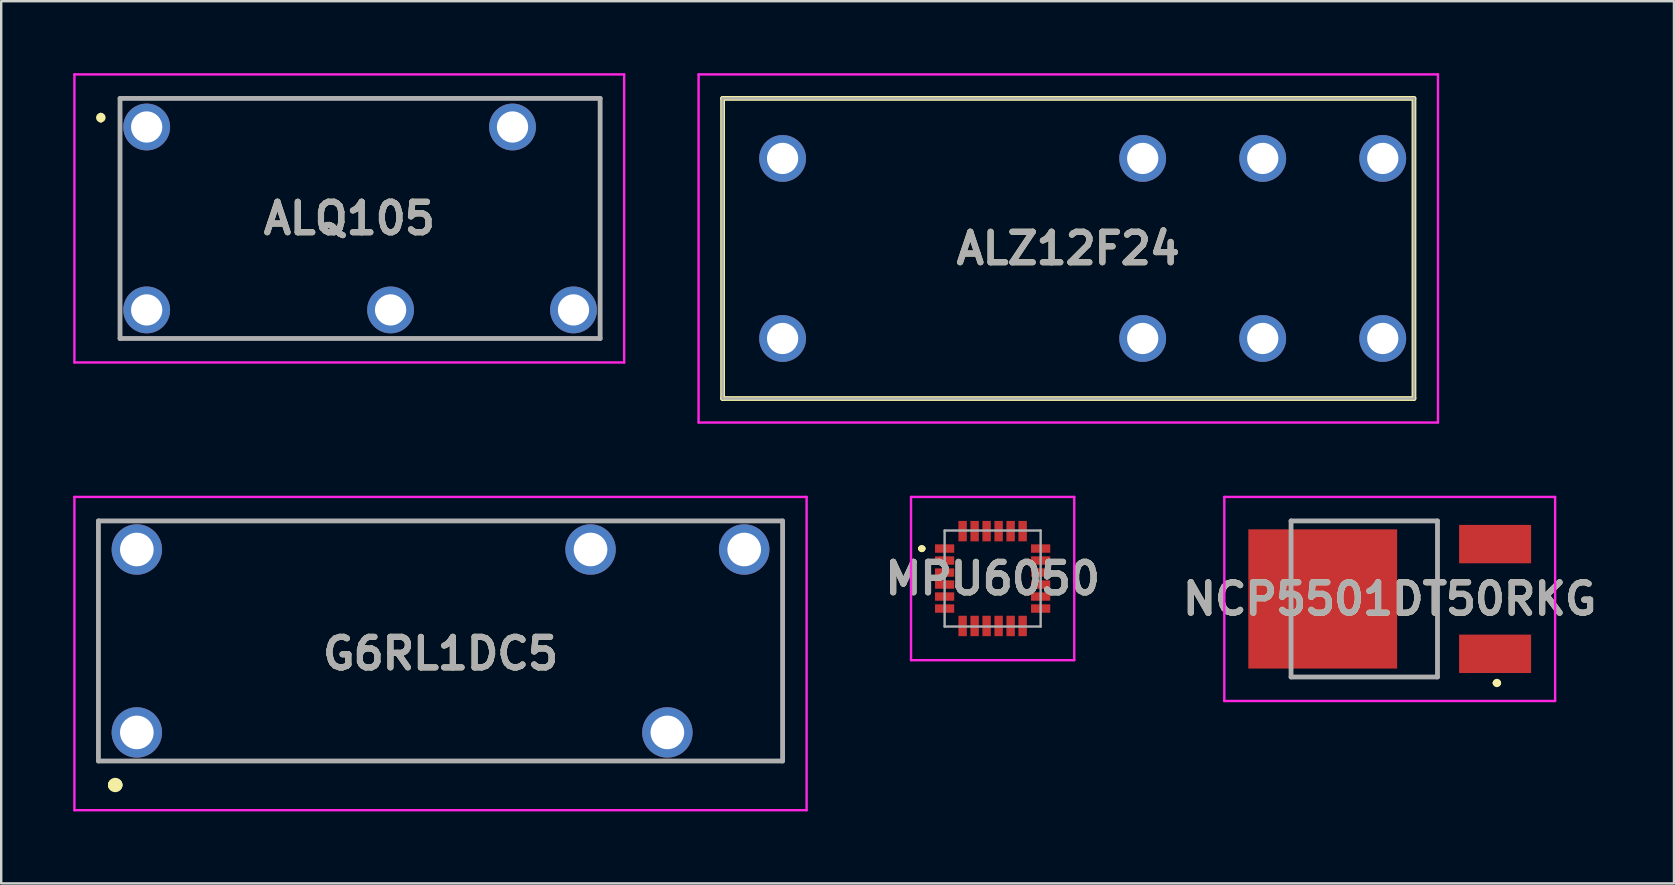
<source format=kicad_pcb>
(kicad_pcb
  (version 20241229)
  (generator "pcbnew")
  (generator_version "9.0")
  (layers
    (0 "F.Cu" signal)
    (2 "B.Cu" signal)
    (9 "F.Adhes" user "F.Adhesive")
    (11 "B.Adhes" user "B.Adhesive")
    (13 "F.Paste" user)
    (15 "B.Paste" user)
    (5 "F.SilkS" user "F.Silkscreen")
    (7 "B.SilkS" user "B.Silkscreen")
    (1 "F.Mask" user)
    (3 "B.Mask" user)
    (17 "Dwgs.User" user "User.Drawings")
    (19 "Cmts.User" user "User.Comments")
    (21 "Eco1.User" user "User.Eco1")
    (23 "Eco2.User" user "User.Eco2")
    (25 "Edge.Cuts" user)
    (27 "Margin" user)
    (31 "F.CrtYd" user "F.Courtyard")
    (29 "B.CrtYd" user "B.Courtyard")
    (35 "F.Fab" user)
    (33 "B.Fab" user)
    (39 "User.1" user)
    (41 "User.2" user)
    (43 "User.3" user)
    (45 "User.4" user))
  (footprint "NCP5501DT50RKG"
    (layer "F.Cu")
    (at 54.98 21.9)
    (property "Reference" "NCP5501DT50RKG" (at -0.14 0 0) (layer "F.SilkS") (effects (font (size 1.27 1.27) (thickness 0.254))))
    (attr smd)
    (fp_line (start -4.25 -3.25) (end 1.85 -3.25) (stroke (width 0.1) (type solid)) (layer "F.SilkS"))
    (fp_line (start 1.85 -3.25) (end 1.85 3.25) (stroke (width 0.1) (type solid)) (layer "F.SilkS"))
    (fp_line (start 1.85 3.25) (end -4.25 3.25) (stroke (width 0.1) (type solid)) (layer "F.SilkS"))
    (fp_line (start 4.25 3.5) (end 4.25 3.5) (stroke (width 0.2) (type solid)) (layer "F.SilkS"))
    (fp_line (start 4.4 3.5) (end 4.4 3.5) (stroke (width 0.2) (type solid)) (layer "F.SilkS"))
    (fp_arc (start 4.25 3.5) (mid 4.325 3.425) (end 4.4 3.5) (stroke (width 0.2) (type solid)) (layer "F.SilkS"))
    (fp_arc (start 4.4 3.5) (mid 4.325 3.575) (end 4.25 3.5) (stroke (width 0.2) (type solid)) (layer "F.SilkS"))
    (fp_line (start -7.03 -4.25) (end 6.75 -4.25) (stroke (width 0.1) (type solid)) (layer "F.CrtYd"))
    (fp_line (start -7.03 4.25) (end -7.03 -4.25) (stroke (width 0.1) (type solid)) (layer "F.CrtYd"))
    (fp_line (start 6.75 -4.25) (end 6.75 4.25) (stroke (width 0.1) (type solid)) (layer "F.CrtYd"))
    (fp_line (start 6.75 4.25) (end -7.03 4.25) (stroke (width 0.1) (type solid)) (layer "F.CrtYd"))
    (fp_line (start -4.25 -3.25) (end 1.85 -3.25) (stroke (width 0.2) (type solid)) (layer "F.Fab"))
    (fp_line (start -4.25 3.25) (end -4.25 -3.25) (stroke (width 0.2) (type solid)) (layer "F.Fab"))
    (fp_line (start 1.85 -3.25) (end 1.85 3.25) (stroke (width 0.2) (type solid)) (layer "F.Fab"))
    (fp_line (start 1.85 3.25) (end -4.25 3.25) (stroke (width 0.2) (type solid)) (layer "F.Fab"))
    (fp_text user "${REFERENCE}" (at -0.14 0 0) (layer "F.Fab") (effects (font (size 1.27 1.27) (thickness 0.254))))
    (pad "1" smd rect (at 4.25 2.285 90) (size 1.6 3) (layers "F.Cu" "F.Mask" "F.Paste"))
    (pad "2" smd rect (at -2.93 0 90) (size 5.8 6.2) (layers "F.Cu" "F.Mask" "F.Paste"))
    (pad "3" smd rect (at 4.25 -2.285 90) (size 1.6 3) (layers "F.Cu" "F.Mask" "F.Paste")))
  (footprint "MPU6050"
    (layer "F.Cu")
    (at 38.299 21.05)
    (property "Reference" "MPU6050" (at 0 0 0) (layer "F.SilkS") (effects (font (size 1.27 1.27) (thickness 0.254))))
    (attr smd)
    (fp_line (start -3 -1.25) (end -3 -1.25) (stroke (width 0.2) (type solid)) (layer "F.SilkS"))
    (fp_line (start -3 -1.25) (end -3 -1.25) (stroke (width 0.2) (type solid)) (layer "F.SilkS"))
    (fp_line (start -2.9 -1.25) (end -2.9 -1.25) (stroke (width 0.2) (type solid)) (layer "F.SilkS"))
    (fp_arc (start -3 -1.25) (mid -2.95 -1.3) (end -2.9 -1.25) (stroke (width 0.2) (type solid)) (layer "F.SilkS"))
    (fp_arc (start -2.9 -1.25) (mid -2.95 -1.2) (end -3 -1.25) (stroke (width 0.2) (type solid)) (layer "F.SilkS"))
    (fp_arc (start -2.9 -1.25) (mid -2.95 -1.2) (end -3 -1.25) (stroke (width 0.2) (type solid)) (layer "F.SilkS"))
    (fp_line (start -3.4 -3.4) (end 3.4 -3.4) (stroke (width 0.1) (type solid)) (layer "F.CrtYd"))
    (fp_line (start -3.4 3.4) (end -3.4 -3.4) (stroke (width 0.1) (type solid)) (layer "F.CrtYd"))
    (fp_line (start 3.4 -3.4) (end 3.4 3.4) (stroke (width 0.1) (type solid)) (layer "F.CrtYd"))
    (fp_line (start 3.4 3.4) (end -3.4 3.4) (stroke (width 0.1) (type solid)) (layer "F.CrtYd"))
    (fp_line (start -2 -2) (end 2 -2) (stroke (width 0.1) (type solid)) (layer "F.Fab"))
    (fp_line (start -2 2) (end -2 -2) (stroke (width 0.1) (type solid)) (layer "F.Fab"))
    (fp_line (start 2 -2) (end 2 2) (stroke (width 0.1) (type solid)) (layer "F.Fab"))
    (fp_line (start 2 2) (end -2 2) (stroke (width 0.1) (type solid)) (layer "F.Fab"))
    (fp_text user "${REFERENCE}" (at 0 0 0) (layer "F.Fab") (effects (font (size 1.27 1.27) (thickness 0.254))))
    (pad "1" smd rect (at -2 -1.25 90) (size 0.35 0.8) (layers "F.Cu" "F.Mask" "F.Paste"))
    (pad "2" smd rect (at -2 -0.75 90) (size 0.35 0.8) (layers "F.Cu" "F.Mask" "F.Paste"))
    (pad "3" smd rect (at -2 -0.25 90) (size 0.35 0.8) (layers "F.Cu" "F.Mask" "F.Paste"))
    (pad "4" smd rect (at -2 0.25 90) (size 0.35 0.8) (layers "F.Cu" "F.Mask" "F.Paste"))
    (pad "5" smd rect (at -2 0.75 90) (size 0.35 0.8) (layers "F.Cu" "F.Mask" "F.Paste"))
    (pad "6" smd rect (at -2 1.25 90) (size 0.35 0.8) (layers "F.Cu" "F.Mask" "F.Paste"))
    (pad "7" smd rect (at -1.25 1.975) (size 0.35 0.85) (layers "F.Cu" "F.Mask" "F.Paste"))
    (pad "8" smd rect (at -0.75 1.975) (size 0.35 0.85) (layers "F.Cu" "F.Mask" "F.Paste"))
    (pad "9" smd rect (at -0.25 1.975) (size 0.35 0.85) (layers "F.Cu" "F.Mask" "F.Paste"))
    (pad "10" smd rect (at 0.25 1.975) (size 0.35 0.85) (layers "F.Cu" "F.Mask" "F.Paste"))
    (pad "11" smd rect (at 0.75 1.975) (size 0.35 0.85) (layers "F.Cu" "F.Mask" "F.Paste"))
    (pad "12" smd rect (at 1.25 1.975) (size 0.35 0.85) (layers "F.Cu" "F.Mask" "F.Paste"))
    (pad "13" smd rect (at 2 1.25 90) (size 0.35 0.8) (layers "F.Cu" "F.Mask" "F.Paste"))
    (pad "14" smd rect (at 2 0.75 90) (size 0.35 0.8) (layers "F.Cu" "F.Mask" "F.Paste"))
    (pad "15" smd rect (at 2 0.25 90) (size 0.35 0.8) (layers "F.Cu" "F.Mask" "F.Paste"))
    (pad "16" smd rect (at 2 -0.25 90) (size 0.35 0.8) (layers "F.Cu" "F.Mask" "F.Paste"))
    (pad "17" smd rect (at 2 -0.75 90) (size 0.35 0.8) (layers "F.Cu" "F.Mask" "F.Paste"))
    (pad "18" smd rect (at 2 -1.25 90) (size 0.35 0.8) (layers "F.Cu" "F.Mask" "F.Paste"))
    (pad "19" smd rect (at 1.25 -1.975) (size 0.35 0.85) (layers "F.Cu" "F.Mask" "F.Paste"))
    (pad "20" smd rect (at 0.75 -1.975) (size 0.35 0.85) (layers "F.Cu" "F.Mask" "F.Paste"))
    (pad "21" smd rect (at 0.25 -1.975) (size 0.35 0.85) (layers "F.Cu" "F.Mask" "F.Paste"))
    (pad "22" smd rect (at -0.25 -1.975) (size 0.35 0.85) (layers "F.Cu" "F.Mask" "F.Paste"))
    (pad "23" smd rect (at -0.75 -1.975) (size 0.35 0.85) (layers "F.Cu" "F.Mask" "F.Paste"))
    (pad "24" smd rect (at -1.25 -1.975) (size 0.35 0.85) (layers "F.Cu" "F.Mask" "F.Paste")))
  (footprint "ALZ12F24"
    (layer "F.Cu")
    (at 29.55 11.05)
    (property "Reference" "ALZ12F24" (at 11.9 -3.75 0) (layer "F.SilkS") (effects (font (size 1.27 1.27) (thickness 0.254))))
    (attr through_hole)
    (fp_line (start -2.5 -10) (end 26.3 -10) (stroke (width 0.2) (type solid)) (layer "F.SilkS"))
    (fp_line (start -2.5 2.5) (end -2.5 -10) (stroke (width 0.2) (type solid)) (layer "F.SilkS"))
    (fp_line (start 26.3 -10) (end 26.3 2.5) (stroke (width 0.2) (type solid)) (layer "F.SilkS"))
    (fp_line (start 26.3 2.5) (end -2.5 2.5) (stroke (width 0.2) (type solid)) (layer "F.SilkS"))
    (fp_line (start -3.5 -11) (end 27.3 -11) (stroke (width 0.1) (type solid)) (layer "F.CrtYd"))
    (fp_line (start -3.5 3.5) (end -3.5 -11) (stroke (width 0.1) (type solid)) (layer "F.CrtYd"))
    (fp_line (start 27.3 -11) (end 27.3 3.5) (stroke (width 0.1) (type solid)) (layer "F.CrtYd"))
    (fp_line (start 27.3 3.5) (end -3.5 3.5) (stroke (width 0.1) (type solid)) (layer "F.CrtYd"))
    (fp_line (start -2.5 -10) (end 26.3 -10) (stroke (width 0.1) (type solid)) (layer "F.Fab"))
    (fp_line (start -2.5 2.5) (end -2.5 -10) (stroke (width 0.1) (type solid)) (layer "F.Fab"))
    (fp_line (start 26.3 -10) (end 26.3 2.5) (stroke (width 0.1) (type solid)) (layer "F.Fab"))
    (fp_line (start 26.3 2.5) (end -2.5 2.5) (stroke (width 0.1) (type solid)) (layer "F.Fab"))
    (fp_text user "${REFERENCE}" (at 11.9 -3.75 0) (layer "F.Fab") (effects (font (size 1.27 1.27) (thickness 0.254))))
    (pad "1" thru_hole circle (at 0 0) (size 1.95 1.95) (drill 1.3) (layers "*.Cu" "*.Mask"))
    (pad "2" thru_hole circle (at 15 0) (size 1.95 1.95) (drill 1.3) (layers "*.Cu" "*.Mask"))
    (pad "3" thru_hole circle (at 20 0) (size 1.95 1.95) (drill 1.3) (layers "*.Cu" "*.Mask"))
    (pad "4" thru_hole circle (at 25 0) (size 1.95 1.95) (drill 1.3) (layers "*.Cu" "*.Mask"))
    (pad "5" thru_hole circle (at 25 -7.5) (size 1.95 1.95) (drill 1.3) (layers "*.Cu" "*.Mask"))
    (pad "6" thru_hole circle (at 20 -7.5) (size 1.95 1.95) (drill 1.3) (layers "*.Cu" "*.Mask"))
    (pad "7" thru_hole circle (at 15 -7.5) (size 1.95 1.95) (drill 1.3) (layers "*.Cu" "*.Mask"))
    (pad "8" thru_hole circle (at 0 -7.5) (size 1.95 1.95) (drill 1.3) (layers "*.Cu" "*.Mask")))
  (footprint "ALQ105"
    (layer "F.Cu")
    (at 11.5 6.05)
    (property "Reference" "ALQ105" (at 0 0 0) (layer "F.SilkS") (effects (font (size 1.27 1.27) (thickness 0.254))))
    (attr through_hole)
    (fp_line (start -10.35 -4.3) (end -10.35 -4.3) (stroke (width 0.2) (type solid)) (layer "F.SilkS"))
    (fp_line (start -10.35 -4.1) (end -10.35 -4.1) (stroke (width 0.2) (type solid)) (layer "F.SilkS"))
    (fp_line (start -9.55 -5) (end -9.55 5) (stroke (width 0.1) (type solid)) (layer "F.SilkS"))
    (fp_line (start -9.55 5) (end 10.45 5) (stroke (width 0.1) (type solid)) (layer "F.SilkS"))
    (fp_line (start 10.45 -5) (end -9.55 -5) (stroke (width 0.1) (type solid)) (layer "F.SilkS"))
    (fp_line (start 10.45 5) (end 10.45 -5) (stroke (width 0.1) (type solid)) (layer "F.SilkS"))
    (fp_arc (start -10.35 -4.3) (mid -10.25 -4.2) (end -10.35 -4.1) (stroke (width 0.2) (type solid)) (layer "F.SilkS"))
    (fp_arc (start -10.35 -4.1) (mid -10.45 -4.2) (end -10.35 -4.3) (stroke (width 0.2) (type solid)) (layer "F.SilkS"))
    (fp_line (start -11.45 -6) (end -11.45 6) (stroke (width 0.1) (type solid)) (layer "F.CrtYd"))
    (fp_line (start -11.45 6) (end 11.45 6) (stroke (width 0.1) (type solid)) (layer "F.CrtYd"))
    (fp_line (start 11.45 -6) (end -11.45 -6) (stroke (width 0.1) (type solid)) (layer "F.CrtYd"))
    (fp_line (start 11.45 6) (end 11.45 -6) (stroke (width 0.1) (type solid)) (layer "F.CrtYd"))
    (fp_line (start -9.55 -5) (end -9.55 5) (stroke (width 0.2) (type solid)) (layer "F.Fab"))
    (fp_line (start -9.55 5) (end 10.45 5) (stroke (width 0.2) (type solid)) (layer "F.Fab"))
    (fp_line (start 10.45 -5) (end -9.55 -5) (stroke (width 0.2) (type solid)) (layer "F.Fab"))
    (fp_line (start 10.45 5) (end 10.45 -5) (stroke (width 0.2) (type solid)) (layer "F.Fab"))
    (fp_text user "${REFERENCE}" (at 0 0 0) (layer "F.Fab") (effects (font (size 1.27 1.27) (thickness 0.254))))
    (pad "1" thru_hole circle (at -8.44 -3.81) (size 1.95 1.95) (drill 1.3) (layers "*.Cu" "*.Mask"))
    (pad "2" thru_hole circle (at 6.8 -3.81) (size 1.95 1.95) (drill 1.3) (layers "*.Cu" "*.Mask"))
    (pad "3" thru_hole circle (at 9.34 3.81) (size 1.95 1.95) (drill 1.3) (layers "*.Cu" "*.Mask"))
    (pad "4" thru_hole circle (at 1.72 3.81) (size 1.95 1.95) (drill 1.3) (layers "*.Cu" "*.Mask"))
    (pad "5" thru_hole circle (at -8.44 3.81) (size 1.95 1.95) (drill 1.3) (layers "*.Cu" "*.Mask")))
  (footprint "G6RL1DC5"
    (layer "F.Cu")
    (at 2.65 27.46)
    (property "Reference" "G6RL1DC5" (at 12.65 -3.285 0) (layer "F.SilkS") (effects (font (size 1.27 1.27) (thickness 0.254))))
    (attr through_hole)
    (fp_line (start -1.6 -8.81) (end 26.9 -8.81) (stroke (width 0.1) (type solid)) (layer "F.SilkS"))
    (fp_line (start -1.6 1.19) (end -1.6 -8.81) (stroke (width 0.1) (type solid)) (layer "F.SilkS"))
    (fp_line (start -0.95 2.19) (end -0.95 2.19) (stroke (width 0.5) (type solid)) (layer "F.SilkS"))
    (fp_line (start -0.85 2.19) (end -0.85 2.19) (stroke (width 0.5) (type solid)) (layer "F.SilkS"))
    (fp_line (start 26.9 -8.81) (end 26.9 1.19) (stroke (width 0.1) (type solid)) (layer "F.SilkS"))
    (fp_line (start 26.9 1.19) (end -1.6 1.19) (stroke (width 0.1) (type solid)) (layer "F.SilkS"))
    (fp_arc (start -0.95 2.19) (mid -0.9 2.14) (end -0.85 2.19) (stroke (width 0.5) (type solid)) (layer "F.SilkS"))
    (fp_arc (start -0.85 2.19) (mid -0.9 2.24) (end -0.95 2.19) (stroke (width 0.5) (type solid)) (layer "F.SilkS"))
    (fp_line (start -2.6 -9.81) (end 27.9 -9.81) (stroke (width 0.1) (type solid)) (layer "F.CrtYd"))
    (fp_line (start -2.6 3.24) (end -2.6 -9.81) (stroke (width 0.1) (type solid)) (layer "F.CrtYd"))
    (fp_line (start 27.9 -9.81) (end 27.9 3.24) (stroke (width 0.1) (type solid)) (layer "F.CrtYd"))
    (fp_line (start 27.9 3.24) (end -2.6 3.24) (stroke (width 0.1) (type solid)) (layer "F.CrtYd"))
    (fp_line (start -1.6 -8.81) (end 26.9 -8.81) (stroke (width 0.2) (type solid)) (layer "F.Fab"))
    (fp_line (start -1.6 1.19) (end -1.6 -8.81) (stroke (width 0.2) (type solid)) (layer "F.Fab"))
    (fp_line (start 26.9 -8.81) (end 26.9 1.19) (stroke (width 0.2) (type solid)) (layer "F.Fab"))
    (fp_line (start 26.9 1.19) (end -1.6 1.19) (stroke (width 0.2) (type solid)) (layer "F.Fab"))
    (fp_text user "${REFERENCE}" (at 12.65 -3.285 0) (layer "F.Fab") (effects (font (size 1.27 1.27) (thickness 0.254))))
    (pad "1" thru_hole circle (at 0 0) (size 2.1 2.1) (drill 1.4) (layers "*.Cu" "*.Mask"))
    (pad "2" thru_hole circle (at 22.1 0) (size 2.1 2.1) (drill 1.4) (layers "*.Cu" "*.Mask"))
    (pad "3" thru_hole circle (at 25.3 -7.62) (size 2.1 2.1) (drill 1.4) (layers "*.Cu" "*.Mask"))
    (pad "4" thru_hole circle (at 18.9 -7.62) (size 2.1 2.1) (drill 1.4) (layers "*.Cu" "*.Mask"))
    (pad "5" thru_hole circle (at 0 -7.62) (size 2.1 2.1) (drill 1.4) (layers "*.Cu" "*.Mask")))
  (gr_rect
    (start -3 -3)
    (end 66.681 33.75)
    (stroke (width 0.1) (type default))
    (fill no)
    (layer "Edge.Cuts")))
</source>
